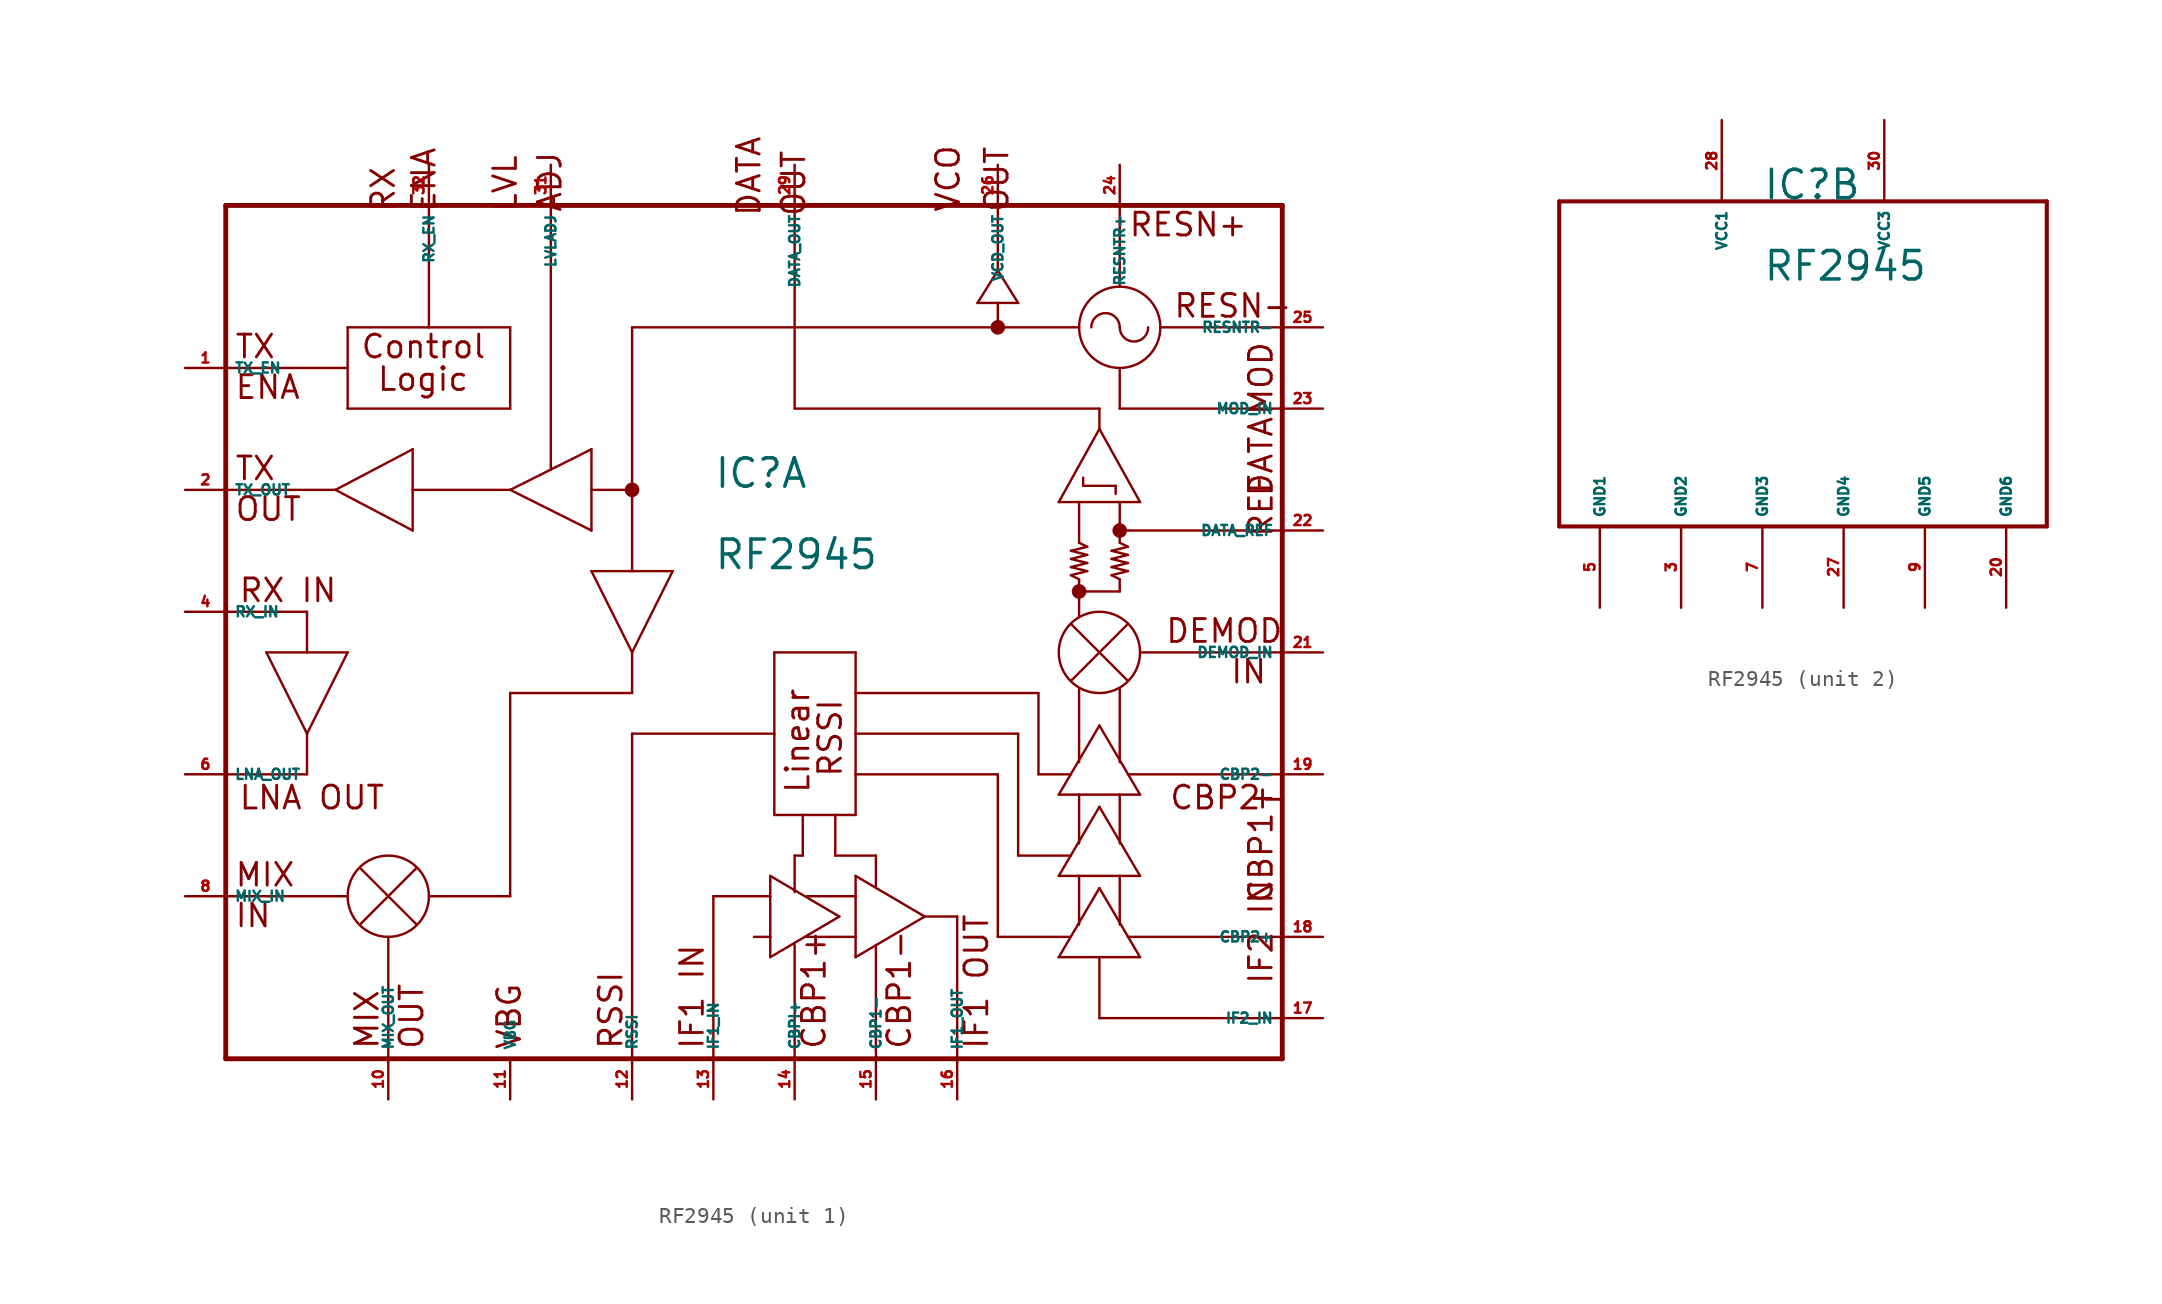
<source format=kicad_sym>
(kicad_symbol_lib
  (version 20220914)
  (generator Eagle2Kicad)
  (symbol "RF2945"
    (property "Reference" "IC"
      (at -2.54 10.16 0)
      (effects (font (size 1.778 1.778) (thickness 0.22)) (justify left bottom)))
    (property "Value" "RF2945"
      (at -2.54 5.08 0)
      (effects (font (size 1.778 1.778) (thickness 0.22)) (justify left bottom)))
    (symbol "RF2945_1_0"
      (polyline (pts (xy -21.336 12.7) (xy -26.162 10.16)) (stroke (width 0.152) (type default)) (fill (type none)))
      (polyline (pts (xy -26.162 10.16) (xy -21.336 7.62)) (stroke (width 0.152) (type default)) (fill (type none)))
      (polyline (pts (xy -21.336 7.62) (xy -21.336 10.16)) (stroke (width 0.152) (type default)) (fill (type none)))
      (polyline (pts (xy -21.336 10.16) (xy -21.336 12.7)) (stroke (width 0.152) (type default)) (fill (type none)))
      (polyline (pts (xy -33.02 10.16) (xy -26.162 10.16)) (stroke (width 0.152) (type default)) (fill (type none)))
      (polyline (pts (xy -21.336 10.16) (xy -15.24 10.16)) (stroke (width 0.152) (type default)) (fill (type none)))
      (polyline (pts (xy -33.02 2.54) (xy -27.94 2.54)) (stroke (width 0.152) (type default)) (fill (type none)))
      (polyline (pts (xy -27.94 2.54) (xy -27.94 0)) (stroke (width 0.152) (type default)) (fill (type none)))
      (polyline (pts (xy -27.94 0) (xy -30.48 0)) (stroke (width 0.152) (type default)) (fill (type none)))
      (polyline (pts (xy -30.48 0) (xy -27.94 -5.08)) (stroke (width 0.152) (type default)) (fill (type none)))
      (polyline (pts (xy -27.94 -5.08) (xy -25.4 0)) (stroke (width 0.152) (type default)) (fill (type none)))
      (polyline (pts (xy -25.4 0) (xy -27.94 0)) (stroke (width 0.152) (type default)) (fill (type none)))
      (polyline (pts (xy -27.94 -5.08) (xy -27.94 -7.62)) (stroke (width 0.152) (type default)) (fill (type none)))
      (polyline (pts (xy -27.94 -7.62) (xy -33.02 -7.62)) (stroke (width 0.152) (type default)) (fill (type none)))
      (polyline (pts (xy -33.02 -15.24) (xy -25.4 -15.24)) (stroke (width 0.152) (type default)) (fill (type none)))
      (polyline (pts (xy -22.86 -17.78) (xy -22.86 -25.4)) (stroke (width 0.152) (type default)) (fill (type none)))
      (polyline (pts (xy -10.16 12.7) (xy -12.7 11.43)) (stroke (width 0.152) (type default)) (fill (type none)))
      (polyline (pts (xy -12.7 11.43) (xy -15.24 10.16)) (stroke (width 0.152) (type default)) (fill (type none)))
      (polyline (pts (xy -15.24 10.16) (xy -10.16 7.62)) (stroke (width 0.152) (type default)) (fill (type none)))
      (polyline (pts (xy -10.16 7.62) (xy -10.16 10.16)) (stroke (width 0.152) (type default)) (fill (type none)))
      (polyline (pts (xy -10.16 10.16) (xy -10.16 12.7)) (stroke (width 0.152) (type default)) (fill (type none)))
      (polyline (pts (xy -10.16 5.08) (xy -7.62 0)) (stroke (width 0.152) (type default)) (fill (type none)))
      (polyline (pts (xy -7.62 0) (xy -5.08 5.08)) (stroke (width 0.152) (type default)) (fill (type none)))
      (polyline (pts (xy -5.08 5.08) (xy -7.62 5.08)) (stroke (width 0.152) (type default)) (fill (type none)))
      (polyline (pts (xy -7.62 5.08) (xy -10.16 5.08)) (stroke (width 0.152) (type default)) (fill (type none)))
      (polyline (pts (xy -20.32 -15.24) (xy -15.24 -15.24)) (stroke (width 0.152) (type default)) (fill (type none)))
      (polyline (pts (xy -15.24 -15.24) (xy -15.24 -2.54)) (stroke (width 0.152) (type default)) (fill (type none)))
      (polyline (pts (xy -15.24 -2.54) (xy -7.62 -2.54)) (stroke (width 0.152) (type default)) (fill (type none)))
      (polyline (pts (xy -7.62 -2.54) (xy -7.62 0)) (stroke (width 0.152) (type default)) (fill (type none)))
      (polyline (pts (xy -7.62 5.08) (xy -7.62 10.16)) (stroke (width 0.152) (type default)) (fill (type none)))
      (polyline (pts (xy -7.62 10.16) (xy -10.16 10.16)) (stroke (width 0.152) (type default)) (fill (type none)))
      (polyline (pts (xy -20.32 27.94) (xy -20.32 20.32)) (stroke (width 0.152) (type default)) (fill (type none)))
      (polyline (pts (xy -25.4 20.32) (xy -25.4 17.78)) (stroke (width 0.152) (type default)) (fill (type none)))
      (polyline (pts (xy -25.4 17.78) (xy -25.4 15.24)) (stroke (width 0.152) (type default)) (fill (type none)))
      (polyline (pts (xy -25.4 15.24) (xy -15.24 15.24)) (stroke (width 0.152) (type default)) (fill (type none)))
      (polyline (pts (xy -15.24 15.24) (xy -15.24 20.32)) (stroke (width 0.152) (type default)) (fill (type none)))
      (polyline (pts (xy -15.24 20.32) (xy -20.32 20.32)) (stroke (width 0.152) (type default)) (fill (type none)))
      (polyline (pts (xy -20.32 20.32) (xy -25.4 20.32)) (stroke (width 0.152) (type default)) (fill (type none)))
      (polyline (pts (xy -33.02 17.78) (xy -25.4 17.78)) (stroke (width 0.152) (type default)) (fill (type none)))
      (polyline (pts (xy -12.7 27.94) (xy -12.7 11.43)) (stroke (width 0.152) (type default)) (fill (type none)))
      (polyline (pts (xy -7.62 10.16) (xy -7.62 20.32)) (stroke (width 0.152) (type default)) (fill (type none)))
      (polyline (pts (xy -7.62 20.32) (xy 14.986 20.32)) (stroke (width 0.152) (type default)) (fill (type none)))
      (polyline (pts (xy 14.986 20.32) (xy 15.24 20.32)) (stroke (width 0.152) (type default)) (fill (type none)))
      (polyline (pts (xy 15.24 20.32) (xy 15.24 21.844)) (stroke (width 0.152) (type default)) (fill (type none)))
      (polyline (pts (xy 15.24 21.844) (xy 13.97 21.844)) (stroke (width 0.152) (type default)) (fill (type none)))
      (polyline (pts (xy 13.97 21.844) (xy 15.24 23.876)) (stroke (width 0.152) (type default)) (fill (type none)))
      (polyline (pts (xy 15.24 23.876) (xy 16.51 21.844)) (stroke (width 0.152) (type default)) (fill (type none)))
      (polyline (pts (xy 16.51 21.844) (xy 15.24 21.844)) (stroke (width 0.152) (type default)) (fill (type none)))
      (polyline (pts (xy 15.24 23.876) (xy 15.24 27.94)) (stroke (width 0.152) (type default)) (fill (type none)))
      (polyline (pts (xy -2.54 -25.4) (xy -2.54 -15.24)) (stroke (width 0.152) (type default)) (fill (type none)))
      (polyline (pts (xy -2.54 -15.24) (xy 1.016 -15.24)) (stroke (width 0.152) (type default)) (fill (type none)))
      (polyline (pts (xy 1.016 -13.97) (xy 1.016 -17.78)) (stroke (width 0.152) (type default)) (fill (type none)))
      (polyline (pts (xy 1.016 -17.78) (xy 1.016 -19.05)) (stroke (width 0.152) (type default)) (fill (type none)))
      (polyline (pts (xy 3.302 -17.78) (xy 6.35 -17.78)) (stroke (width 0.152) (type default)) (fill (type none)))
      (polyline (pts (xy 3.302 -15.24) (xy 6.35 -15.24)) (stroke (width 0.152) (type default)) (fill (type none)))
      (polyline (pts (xy 1.016 -13.97) (xy 5.334 -16.51)) (stroke (width 0.152) (type default)) (fill (type none)))
      (polyline (pts (xy 5.334 -16.51) (xy 1.016 -19.05)) (stroke (width 0.152) (type default)) (fill (type none)))
      (polyline (pts (xy 6.35 -13.97) (xy 6.35 -15.24)) (stroke (width 0.152) (type default)) (fill (type none)))
      (polyline (pts (xy 6.35 -15.24) (xy 6.35 -17.78)) (stroke (width 0.152) (type default)) (fill (type none)))
      (polyline (pts (xy 6.35 -17.78) (xy 6.35 -19.05)) (stroke (width 0.152) (type default)) (fill (type none)))
      (polyline (pts (xy 6.35 -13.97) (xy 10.668 -16.51)) (stroke (width 0.152) (type default)) (fill (type none)))
      (polyline (pts (xy 10.668 -16.51) (xy 6.35 -19.05)) (stroke (width 0.152) (type default)) (fill (type none)))
      (polyline (pts (xy 2.54 -25.4) (xy 2.54 -18.288)) (stroke (width 0.152) (type default)) (fill (type none)))
      (polyline (pts (xy 7.62 -25.4) (xy 7.62 -18.288)) (stroke (width 0.152) (type default)) (fill (type none)))
      (polyline (pts (xy 10.668 -16.51) (xy 12.7 -16.51)) (stroke (width 0.152) (type default)) (fill (type none)))
      (polyline (pts (xy 12.7 -16.51) (xy 12.7 -25.4)) (stroke (width 0.152) (type default)) (fill (type none)))
      (polyline (pts (xy 2.54 -14.986) (xy 2.54 -12.7)) (stroke (width 0.152) (type default)) (fill (type none)))
      (polyline (pts (xy 1.016 -17.78) (xy 0 -17.78)) (stroke (width 0.152) (type default)) (fill (type none)))
      (polyline (pts (xy -24.638 -13.462) (xy -21.082 -17.018)) (stroke (width 0.152) (type default)) (fill (type none)))
      (polyline (pts (xy -21.082 -13.462) (xy -24.638 -17.018)) (stroke (width 0.152) (type default)) (fill (type none)))
      (polyline (pts (xy 19.05 -19.05) (xy 21.59 -19.05)) (stroke (width 0.152) (type default)) (fill (type none)))
      (polyline (pts (xy 21.59 -19.05) (xy 24.13 -19.05)) (stroke (width 0.152) (type default)) (fill (type none)))
      (polyline (pts (xy 19.05 -19.05) (xy 21.59 -14.732)) (stroke (width 0.152) (type default)) (fill (type none)))
      (polyline (pts (xy 21.59 -14.732) (xy 24.13 -19.05)) (stroke (width 0.152) (type default)) (fill (type none)))
      (polyline (pts (xy 33.02 -17.78) (xy 23.368 -17.78)) (stroke (width 0.152) (type default)) (fill (type none)))
      (polyline (pts (xy 20.32 3.81) (xy 22.86 3.81)) (stroke (width 0.152) (type default)) (fill (type none)))
      (polyline (pts (xy 22.86 7.62) (xy 22.86 9.398)) (stroke (width 0.152) (type default)) (fill (type none)))
      (polyline (pts (xy 20.32 2.286) (xy 20.32 3.81)) (stroke (width 0.152) (type default)) (fill (type none)))
      (polyline (pts (xy 20.32 3.81) (xy 20.32 4.572)) (stroke (width 0.152) (type default)) (fill (type none)))
      (polyline (pts (xy 20.32 4.572) (xy 19.812 4.826)) (stroke (width 0.152) (type default)) (fill (type none)))
      (polyline (pts (xy 20.32 6.858) (xy 20.32 9.398)) (stroke (width 0.152) (type default)) (fill (type none)))
      (polyline (pts (xy 19.05 9.398) (xy 20.32 9.398)) (stroke (width 0.152) (type default)) (fill (type none)))
      (polyline (pts (xy 20.32 9.398) (xy 22.86 9.398)) (stroke (width 0.152) (type default)) (fill (type none)))
      (polyline (pts (xy 22.86 9.398) (xy 24.13 9.398)) (stroke (width 0.152) (type default)) (fill (type none)))
      (polyline (pts (xy 19.05 9.398) (xy 21.59 13.97)) (stroke (width 0.152) (type default)) (fill (type none)))
      (polyline (pts (xy 21.59 13.97) (xy 24.13 9.398)) (stroke (width 0.152) (type default)) (fill (type none)))
      (polyline (pts (xy 21.59 13.97) (xy 21.59 15.24)) (stroke (width 0.152) (type default)) (fill (type none)))
      (polyline (pts (xy 22.86 -17.018) (xy 22.86 -13.97)) (stroke (width 0.152) (type default)) (fill (type none)))
      (polyline (pts (xy 20.32 -17.018) (xy 20.32 -13.97)) (stroke (width 0.152) (type default)) (fill (type none)))
      (polyline (pts (xy 19.05 -13.97) (xy 20.32 -13.97)) (stroke (width 0.152) (type default)) (fill (type none)))
      (polyline (pts (xy 20.32 -13.97) (xy 22.86 -13.97)) (stroke (width 0.152) (type default)) (fill (type none)))
      (polyline (pts (xy 22.86 -13.97) (xy 24.13 -13.97)) (stroke (width 0.152) (type default)) (fill (type none)))
      (polyline (pts (xy 19.05 -13.97) (xy 21.59 -9.652)) (stroke (width 0.152) (type default)) (fill (type none)))
      (polyline (pts (xy 21.59 -9.652) (xy 24.13 -13.97)) (stroke (width 0.152) (type default)) (fill (type none)))
      (polyline (pts (xy 22.86 -11.938) (xy 22.86 -8.89)) (stroke (width 0.152) (type default)) (fill (type none)))
      (polyline (pts (xy 20.32 -11.938) (xy 20.32 -8.89)) (stroke (width 0.152) (type default)) (fill (type none)))
      (polyline (pts (xy 19.05 -8.89) (xy 20.32 -8.89)) (stroke (width 0.152) (type default)) (fill (type none)))
      (polyline (pts (xy 20.32 -8.89) (xy 22.86 -8.89)) (stroke (width 0.152) (type default)) (fill (type none)))
      (polyline (pts (xy 22.86 -8.89) (xy 24.13 -8.89)) (stroke (width 0.152) (type default)) (fill (type none)))
      (polyline (pts (xy 19.05 -8.89) (xy 21.59 -4.572)) (stroke (width 0.152) (type default)) (fill (type none)))
      (polyline (pts (xy 21.59 -4.572) (xy 24.13 -8.89)) (stroke (width 0.152) (type default)) (fill (type none)))
      (polyline (pts (xy 33.02 -7.62) (xy 23.368 -7.62)) (stroke (width 0.152) (type default)) (fill (type none)))
      (polyline (pts (xy 22.86 -6.858) (xy 22.86 -2.286)) (stroke (width 0.152) (type default)) (fill (type none)))
      (polyline (pts (xy 20.32 -6.858) (xy 20.32 -2.286)) (stroke (width 0.152) (type default)) (fill (type none)))
      (polyline (pts (xy 33.02 0) (xy 24.13 0)) (stroke (width 0.152) (type default)) (fill (type none)))
      (polyline (pts (xy 19.812 1.778) (xy 23.368 -1.778)) (stroke (width 0.152) (type default)) (fill (type none)))
      (polyline (pts (xy 23.368 1.778) (xy 19.812 -1.778)) (stroke (width 0.152) (type default)) (fill (type none)))
      (polyline (pts (xy 20.32 20.32) (xy 14.986 20.32)) (stroke (width 0.152) (type default)) (fill (type none)))
      (polyline (pts (xy 1.27 0) (xy 1.27 -5.08)) (stroke (width 0.152) (type default)) (fill (type none)))
      (polyline (pts (xy 1.27 -5.08) (xy 1.27 -10.16)) (stroke (width 0.152) (type default)) (fill (type none)))
      (polyline (pts (xy 1.27 -10.16) (xy 3.048 -10.16)) (stroke (width 0.152) (type default)) (fill (type none)))
      (polyline (pts (xy 3.048 -10.16) (xy 5.08 -10.16)) (stroke (width 0.152) (type default)) (fill (type none)))
      (polyline (pts (xy 5.08 -10.16) (xy 6.35 -10.16)) (stroke (width 0.152) (type default)) (fill (type none)))
      (polyline (pts (xy 6.35 -10.16) (xy 6.35 -7.62)) (stroke (width 0.152) (type default)) (fill (type none)))
      (polyline (pts (xy 6.35 -7.62) (xy 6.35 -5.08)) (stroke (width 0.152) (type default)) (fill (type none)))
      (polyline (pts (xy 6.35 -5.08) (xy 6.35 -2.54)) (stroke (width 0.152) (type default)) (fill (type none)))
      (polyline (pts (xy 6.35 -2.54) (xy 6.35 0)) (stroke (width 0.152) (type default)) (fill (type none)))
      (polyline (pts (xy 6.35 0) (xy 1.27 0)) (stroke (width 0.152) (type default)) (fill (type none)))
      (polyline (pts (xy 6.35 -2.54) (xy 17.78 -2.54)) (stroke (width 0.152) (type default)) (fill (type none)))
      (polyline (pts (xy 17.78 -2.54) (xy 17.78 -7.62)) (stroke (width 0.152) (type default)) (fill (type none)))
      (polyline (pts (xy 17.78 -7.62) (xy 19.812 -7.62)) (stroke (width 0.152) (type default)) (fill (type none)))
      (polyline (pts (xy 6.35 -5.08) (xy 16.51 -5.08)) (stroke (width 0.152) (type default)) (fill (type none)))
      (polyline (pts (xy 16.51 -5.08) (xy 16.51 -12.7)) (stroke (width 0.152) (type default)) (fill (type none)))
      (polyline (pts (xy 16.51 -12.7) (xy 19.812 -12.7)) (stroke (width 0.152) (type default)) (fill (type none)))
      (polyline (pts (xy 19.812 -17.78) (xy 15.24 -17.78)) (stroke (width 0.152) (type default)) (fill (type none)))
      (polyline (pts (xy 15.24 -17.78) (xy 15.24 -7.62)) (stroke (width 0.152) (type default)) (fill (type none)))
      (polyline (pts (xy 15.24 -7.62) (xy 6.35 -7.62)) (stroke (width 0.152) (type default)) (fill (type none)))
      (polyline (pts (xy 33.02 -22.86) (xy 21.59 -22.86)) (stroke (width 0.152) (type default)) (fill (type none)))
      (polyline (pts (xy 21.59 -22.86) (xy 21.59 -19.05)) (stroke (width 0.152) (type default)) (fill (type none)))
      (polyline (pts (xy 5.08 -10.16) (xy 5.08 -12.7)) (stroke (width 0.152) (type default)) (fill (type none)))
      (polyline (pts (xy 5.08 -12.7) (xy 7.62 -12.7)) (stroke (width 0.152) (type default)) (fill (type none)))
      (polyline (pts (xy 7.62 -12.7) (xy 7.62 -14.732)) (stroke (width 0.152) (type default)) (fill (type none)))
      (polyline (pts (xy 2.54 -12.7) (xy 3.048 -12.7)) (stroke (width 0.152) (type default)) (fill (type none)))
      (polyline (pts (xy 3.048 -12.7) (xy 3.048 -10.16)) (stroke (width 0.152) (type default)) (fill (type none)))
      (polyline (pts (xy 21.59 15.24) (xy 2.54 15.24)) (stroke (width 0.152) (type default)) (fill (type none)))
      (polyline (pts (xy -7.62 -25.4) (xy -7.62 -5.08)) (stroke (width 0.152) (type default)) (fill (type none)))
      (polyline (pts (xy -7.62 -5.08) (xy 1.27 -5.08)) (stroke (width 0.152) (type default)) (fill (type none)))
      (polyline (pts (xy 2.54 15.24) (xy 2.54 27.94)) (stroke (width 0.152) (type default)) (fill (type none)))
      (polyline (pts (xy 22.86 15.24) (xy 22.86 17.78)) (stroke (width 0.152) (type default)) (fill (type none)))
      (arc (start 22.86 20.32) (mid 21.971 21.209) (end 21.082 20.32) (stroke (width 0.1524) (type default)) (fill (type none)))
      (arc (start 22.86 20.32) (mid 23.749 19.431) (end 24.638 20.32) (stroke (width 0.1524) (type default)) (fill (type none)))
      (polyline (pts (xy 20.574 10.922) (xy 20.574 10.414)) (stroke (width 0.152) (type default)) (fill (type none)))
      (polyline (pts (xy 20.574 10.414) (xy 22.606 10.414)) (stroke (width 0.152) (type default)) (fill (type none)))
      (polyline (pts (xy 22.606 10.414) (xy 22.606 9.906)) (stroke (width 0.152) (type default)) (fill (type none)))
      (polyline (pts (xy -33.02 27.94) (xy -33.02 -25.4)) (stroke (width 0.305) (type default)) (fill (type none)))
      (polyline (pts (xy -33.02 -25.4) (xy -7.62 -25.4)) (stroke (width 0.305) (type default)) (fill (type none)))
      (polyline (pts (xy -7.62 -25.4) (xy 33.02 -25.4)) (stroke (width 0.305) (type default)) (fill (type none)))
      (polyline (pts (xy 33.02 -25.4) (xy 33.02 -22.86)) (stroke (width 0.305) (type default)) (fill (type none)))
      (polyline (pts (xy 33.02 -22.86) (xy 33.02 -17.78)) (stroke (width 0.305) (type default)) (fill (type none)))
      (polyline (pts (xy 33.02 -17.78) (xy 33.02 -7.62)) (stroke (width 0.305) (type default)) (fill (type none)))
      (polyline (pts (xy 33.02 -7.62) (xy 33.02 7.62)) (stroke (width 0.305) (type default)) (fill (type none)))
      (polyline (pts (xy 33.02 7.62) (xy 33.02 15.24)) (stroke (width 0.305) (type default)) (fill (type none)))
      (polyline (pts (xy 33.02 15.24) (xy 33.02 20.32)) (stroke (width 0.305) (type default)) (fill (type none)))
      (polyline (pts (xy 33.02 20.32) (xy 33.02 27.94)) (stroke (width 0.305) (type default)) (fill (type none)))
      (polyline (pts (xy 33.02 27.94) (xy 22.86 27.94)) (stroke (width 0.305) (type default)) (fill (type none)))
      (polyline (pts (xy 22.86 27.94) (xy -33.02 27.94)) (stroke (width 0.305) (type default)) (fill (type none)))
      (polyline (pts (xy 25.4 20.32) (xy 33.02 20.32)) (stroke (width 0.152) (type default)) (fill (type none)))
      (polyline (pts (xy 22.86 22.86) (xy 22.86 27.94)) (stroke (width 0.152) (type default)) (fill (type none)))
      (polyline (pts (xy 22.86 15.24) (xy 33.02 15.24)) (stroke (width 0.152) (type default)) (fill (type none)))
      (polyline (pts (xy 33.02 7.62) (xy 22.86 7.62)) (stroke (width 0.152) (type default)) (fill (type none)))
      (polyline (pts (xy 19.812 4.826) (xy 20.828 5.08)) (stroke (width 0.152) (type default)) (fill (type none)))
      (polyline (pts (xy 20.828 5.08) (xy 19.812 5.334)) (stroke (width 0.152) (type default)) (fill (type none)))
      (polyline (pts (xy 19.812 5.334) (xy 20.828 5.588)) (stroke (width 0.152) (type default)) (fill (type none)))
      (polyline (pts (xy 19.812 5.842) (xy 20.828 5.588)) (stroke (width 0.152) (type default)) (fill (type none)))
      (polyline (pts (xy 19.812 5.842) (xy 20.828 6.096)) (stroke (width 0.152) (type default)) (fill (type none)))
      (polyline (pts (xy 20.828 6.096) (xy 19.812 6.35)) (stroke (width 0.152) (type default)) (fill (type none)))
      (polyline (pts (xy 19.812 6.35) (xy 20.828 6.604)) (stroke (width 0.152) (type default)) (fill (type none)))
      (polyline (pts (xy 20.828 6.604) (xy 20.32 6.858)) (stroke (width 0.152) (type default)) (fill (type none)))
      (polyline (pts (xy 22.86 3.81) (xy 22.86 4.572)) (stroke (width 0.152) (type default)) (fill (type none)))
      (polyline (pts (xy 22.86 4.572) (xy 22.352 4.826)) (stroke (width 0.152) (type default)) (fill (type none)))
      (polyline (pts (xy 22.352 4.826) (xy 23.368 5.08)) (stroke (width 0.152) (type default)) (fill (type none)))
      (polyline (pts (xy 23.368 5.08) (xy 22.352 5.334)) (stroke (width 0.152) (type default)) (fill (type none)))
      (polyline (pts (xy 22.352 5.334) (xy 23.368 5.588)) (stroke (width 0.152) (type default)) (fill (type none)))
      (polyline (pts (xy 22.352 5.842) (xy 23.368 5.588)) (stroke (width 0.152) (type default)) (fill (type none)))
      (polyline (pts (xy 22.352 5.842) (xy 23.368 6.096)) (stroke (width 0.152) (type default)) (fill (type none)))
      (polyline (pts (xy 23.368 6.096) (xy 22.352 6.35)) (stroke (width 0.152) (type default)) (fill (type none)))
      (polyline (pts (xy 22.352 6.35) (xy 23.368 6.604)) (stroke (width 0.152) (type default)) (fill (type none)))
      (polyline (pts (xy 23.368 6.604) (xy 22.86 6.858)) (stroke (width 0.152) (type default)) (fill (type none)))
      (polyline (pts (xy 22.86 7.62) (xy 22.86 6.858)) (stroke (width 0.152) (type default)) (fill (type none)))
      (text "RX IN" (at -32.258 3.048 0) (effects (font (size 1.422 1.422) (thickness 0.18)) (justify left bottom)))
      (text "LNA OUT" (at -32.258 -9.906 0) (effects (font (size 1.422 1.422) (thickness 0.18)) (justify left bottom)))
      (text "IN" (at -32.512 -17.272 0) (effects (font (size 1.422 1.422) (thickness 0.18)) (justify left bottom)))
      (text "MIX" (at -32.512 -14.732 0) (effects (font (size 1.422 1.422) (thickness 0.18)) (justify left bottom)))
      (text "MIX" (at -23.368 -24.892 900) (effects (font (size 1.422 1.422) (thickness 0.18)) (justify left bottom)))
      (text "OUT" (at -20.574 -24.892 900) (effects (font (size 1.422 1.422) (thickness 0.18)) (justify left bottom)))
      (text "VBG" (at -14.478 -24.892 900) (effects (font (size 1.422 1.422) (thickness 0.18)) (justify left bottom)))
      (text "IF1 IN" (at -3.048 -24.892 900) (effects (font (size 1.422 1.422) (thickness 0.18)) (justify left bottom)))
      (text "RSSI" (at -8.128 -24.892 900) (effects (font (size 1.422 1.422) (thickness 0.18)) (justify left bottom)))
      (text "IF1 OUT" (at 14.732 -24.892 900) (effects (font (size 1.422 1.422) (thickness 0.18)) (justify left bottom)))
      (text "IF2 IN" (at 32.512 -20.828 1800) (effects (font (size 1.422 1.422) (thickness 0.18)) (justify left bottom)))
      (text "CBP1+" (at 32.512 -15.748 1800) (effects (font (size 1.422 1.422) (thickness 0.18)) (justify left bottom)))
      (text "CBP2-" (at 25.908 -9.906 0) (effects (font (size 1.422 1.422) (thickness 0.18)) (justify left bottom)))
      (text "CBP1+" (at 4.572 -24.892 900) (effects (font (size 1.422 1.422) (thickness 0.18)) (justify left bottom)))
      (text "CBP1-" (at 9.906 -24.892 900) (effects (font (size 1.422 1.422) (thickness 0.18)) (justify left bottom)))
      (text "OUT" (at 3.302 27.178 2700) (effects (font (size 1.422 1.422) (thickness 0.18)) (justify left bottom)))
      (text "DATA" (at 0.508 27.178 2700) (effects (font (size 1.422 1.422) (thickness 0.18)) (justify left bottom)))
      (text "VCO" (at 12.954 27.432 2700) (effects (font (size 1.422 1.422) (thickness 0.18)) (justify left bottom)))
      (text "OUT" (at 16.002 27.432 2700) (effects (font (size 1.422 1.422) (thickness 0.18)) (justify left bottom)))
      (text "LVL" (at -14.732 27.432 2700) (effects (font (size 1.422 1.422) (thickness 0.18)) (justify left bottom)))
      (text "ADJ" (at -11.938 27.432 2700) (effects (font (size 1.422 1.422) (thickness 0.18)) (justify left bottom)))
      (text "RX" (at -22.352 27.432 2700) (effects (font (size 1.422 1.422) (thickness 0.18)) (justify left bottom)))
      (text "RESN-" (at 26.162 20.828 0) (effects (font (size 1.422 1.422) (thickness 0.18)) (justify left bottom)))
      (text "RESN+" (at 23.368 25.908 0) (effects (font (size 1.422 1.422) (thickness 0.18)) (justify left bottom)))
      (text "MOD" (at 32.512 14.732 1800) (effects (font (size 1.422 1.422) (thickness 0.18)) (justify left bottom)))
      (text "ENA" (at -19.812 27.432 2700) (effects (font (size 1.422 1.422) (thickness 0.18)) (justify left bottom)))
      (text "Logic" (at -23.622 16.256 0) (effects (font (size 1.422 1.422) (thickness 0.18)) (justify left bottom)))
      (text "Control" (at -24.638 18.288 0) (effects (font (size 1.422 1.422) (thickness 0.18)) (justify left bottom)))
      (text "Linear" (at 3.556 -8.89 900) (effects (font (size 1.422 1.422) (thickness 0.18)) (justify left bottom)))
      (text "RSSI" (at 5.588 -7.874 900) (effects (font (size 1.422 1.422) (thickness 0.18)) (justify left bottom)))
      (text "TX" (at -32.512 18.288 0) (effects (font (size 1.422 1.422) (thickness 0.18)) (justify left bottom)))
      (text "ENA" (at -32.512 15.748 0) (effects (font (size 1.422 1.422) (thickness 0.18)) (justify left bottom)))
      (text "TX" (at -32.512 10.668 0) (effects (font (size 1.422 1.422) (thickness 0.18)) (justify left bottom)))
      (text "OUT" (at -32.512 8.128 0) (effects (font (size 1.422 1.422) (thickness 0.18)) (justify left bottom)))
      (text "DEMOD" (at 25.654 0.508 0) (effects (font (size 1.422 1.422) (thickness 0.18)) (justify left bottom)))
      (text "IN" (at 29.718 -2.032 0) (effects (font (size 1.422 1.422) (thickness 0.18)) (justify left bottom)))
      (text "DATA" (at 32.512 9.652 1800) (effects (font (size 1.422 1.422) (thickness 0.18)) (justify left bottom)))
      (text "REF" (at 32.512 7.112 1800) (effects (font (size 1.422 1.422) (thickness 0.18)) (justify left bottom)))
      (circle (center -22.86 -15.24) (radius 2.54) (stroke (width 0.152) (type default)) (fill (type none)))
      (circle (center 21.59 0) (radius 2.54) (stroke (width 0.152) (type default)) (fill (type none)))
      (circle (center 22.86 20.32) (radius 2.54) (stroke (width 0.152) (type default)) (fill (type none)))
      (circle (center -7.62 10.16) (radius 0.254) (stroke (width 0.406) (type default)) (fill (type none)))
      (circle (center 15.24 20.32) (radius 0.254) (stroke (width 0.406) (type default)) (fill (type none)))
      (circle (center 20.32 3.81) (radius 0.254) (stroke (width 0.406) (type default)) (fill (type none)))
      (circle (center 22.86 7.62) (radius 0.254) (stroke (width 0.406) (type default)) (fill (type none)))
      (pin input line (at -35.56 17.78 0) (length 2.54) (name "TX_EN" (effects (font (size 0.635 0.635) (thickness 0.08)) (justify left bottom))) (number "1" (effects (font (size 0.635 0.635) (thickness 0.08)) (justify left bottom))))
      (pin passive line (at -35.56 10.16 0) (length 2.54) (name "TX_OUT" (effects (font (size 0.635 0.635) (thickness 0.08)) (justify left bottom))) (number "2" (effects (font (size 0.635 0.635) (thickness 0.08)) (justify left bottom))))
      (pin passive line (at -35.56 2.54 0) (length 2.54) (name "RX_IN" (effects (font (size 0.635 0.635) (thickness 0.08)) (justify left bottom))) (number "4" (effects (font (size 0.635 0.635) (thickness 0.08)) (justify left bottom))))
      (pin open_collector line (at -35.56 -7.62 0) (length 2.54) (name "LNA_OUT" (effects (font (size 0.635 0.635) (thickness 0.08)) (justify left bottom))) (number "6" (effects (font (size 0.635 0.635) (thickness 0.08)) (justify left bottom))))
      (pin input line (at -35.56 -15.24 0) (length 2.54) (name "MIX_IN" (effects (font (size 0.635 0.635) (thickness 0.08)) (justify left bottom))) (number "8" (effects (font (size 0.635 0.635) (thickness 0.08)) (justify left bottom))))
      (pin output line (at -22.86 -27.94 90) (length 2.54) (name "MIX_OUT" (effects (font (size 0.635 0.635) (thickness 0.08)) (justify left bottom))) (number "10" (effects (font (size 0.635 0.635) (thickness 0.08)) (justify left bottom))))
      (pin passive line (at -15.24 -27.94 90) (length 2.54) (name "VBG" (effects (font (size 0.635 0.635) (thickness 0.08)) (justify left bottom))) (number "11" (effects (font (size 0.635 0.635) (thickness 0.08)) (justify left bottom))))
      (pin output line (at -7.62 -27.94 90) (length 2.54) (name "RSSI" (effects (font (size 0.635 0.635) (thickness 0.08)) (justify left bottom))) (number "12" (effects (font (size 0.635 0.635) (thickness 0.08)) (justify left bottom))))
      (pin passive line (at -2.54 -27.94 90) (length 2.54) (name "IF1_IN" (effects (font (size 0.635 0.635) (thickness 0.08)) (justify left bottom))) (number "13" (effects (font (size 0.635 0.635) (thickness 0.08)) (justify left bottom))))
      (pin passive line (at 2.54 -27.94 90) (length 2.54) (name "CBPI+" (effects (font (size 0.635 0.635) (thickness 0.08)) (justify left bottom))) (number "14" (effects (font (size 0.635 0.635) (thickness 0.08)) (justify left bottom))))
      (pin passive line (at 7.62 -27.94 90) (length 2.54) (name "CBP1-" (effects (font (size 0.635 0.635) (thickness 0.08)) (justify left bottom))) (number "15" (effects (font (size 0.635 0.635) (thickness 0.08)) (justify left bottom))))
      (pin passive line (at 12.7 -27.94 90) (length 2.54) (name "IF1_OUT" (effects (font (size 0.635 0.635) (thickness 0.08)) (justify left bottom))) (number "16" (effects (font (size 0.635 0.635) (thickness 0.08)) (justify left bottom))))
      (pin passive line (at 35.56 -22.86 180) (length 2.54) (name "IF2_IN" (effects (font (size 0.635 0.635) (thickness 0.08)) (justify left bottom))) (number "17" (effects (font (size 0.635 0.635) (thickness 0.08)) (justify left bottom))))
      (pin passive line (at 35.56 -17.78 180) (length 2.54) (name "CBP2+" (effects (font (size 0.635 0.635) (thickness 0.08)) (justify left bottom))) (number "18" (effects (font (size 0.635 0.635) (thickness 0.08)) (justify left bottom))))
      (pin passive line (at 35.56 -7.62 180) (length 2.54) (name "CBP2-" (effects (font (size 0.635 0.635) (thickness 0.08)) (justify left bottom))) (number "19" (effects (font (size 0.635 0.635) (thickness 0.08)) (justify left bottom))))
      (pin passive line (at 35.56 7.62 180) (length 2.54) (name "DATA_REF" (effects (font (size 0.635 0.635) (thickness 0.08)) (justify left bottom))) (number "22" (effects (font (size 0.635 0.635) (thickness 0.08)) (justify left bottom))))
      (pin passive line (at 35.56 0 180) (length 2.54) (name "DEMOD_IN" (effects (font (size 0.635 0.635) (thickness 0.08)) (justify left bottom))) (number "21" (effects (font (size 0.635 0.635) (thickness 0.08)) (justify left bottom))))
      (pin passive line (at 35.56 15.24 180) (length 2.54) (name "MOD_IN" (effects (font (size 0.635 0.635) (thickness 0.08)) (justify left bottom))) (number "23" (effects (font (size 0.635 0.635) (thickness 0.08)) (justify left bottom))))
      (pin passive line (at 35.56 20.32 180) (length 2.54) (name "RESNTR-" (effects (font (size 0.635 0.635) (thickness 0.08)) (justify left bottom))) (number "25" (effects (font (size 0.635 0.635) (thickness 0.08)) (justify left bottom))))
      (pin passive line (at 22.86 30.48 270) (length 2.54) (name "RESNTR+" (effects (font (size 0.635 0.635) (thickness 0.08)) (justify left bottom))) (number "24" (effects (font (size 0.635 0.635) (thickness 0.08)) (justify left bottom))))
      (pin passive line (at 15.24 30.48 270) (length 2.54) (name "VCD_OUT" (effects (font (size 0.635 0.635) (thickness 0.08)) (justify left bottom))) (number "26" (effects (font (size 0.635 0.635) (thickness 0.08)) (justify left bottom))))
      (pin output line (at 2.54 30.48 270) (length 2.54) (name "DATA_OUT" (effects (font (size 0.635 0.635) (thickness 0.08)) (justify left bottom))) (number "29" (effects (font (size 0.635 0.635) (thickness 0.08)) (justify left bottom))))
      (pin passive line (at -12.7 30.48 270) (length 2.54) (name "LVLADJ" (effects (font (size 0.635 0.635) (thickness 0.08)) (justify left bottom))) (number "31" (effects (font (size 0.635 0.635) (thickness 0.08)) (justify left bottom))))
      (pin input line (at -20.32 30.48 270) (length 2.54) (name "RX_EN" (effects (font (size 0.635 0.635) (thickness 0.08)) (justify left bottom))) (number "32" (effects (font (size 0.635 0.635) (thickness 0.08)) (justify left bottom)))))
    (symbol "RF2945_2_0"
      (polyline (pts (xy -15.24 -10.16) (xy 15.24 -10.16)) (stroke (width 0.254) (type default)) (fill (type none)))
      (polyline (pts (xy 15.24 -10.16) (xy 15.24 10.16)) (stroke (width 0.254) (type default)) (fill (type none)))
      (polyline (pts (xy 15.24 10.16) (xy -15.24 10.16)) (stroke (width 0.254) (type default)) (fill (type none)))
      (polyline (pts (xy -15.24 10.16) (xy -15.24 -10.16)) (stroke (width 0.254) (type default)) (fill (type none)))
      (pin passive line (at -12.7 -15.24 90) (length 5.08) (name "GND1" (effects (font (size 0.635 0.635) (thickness 0.08)) (justify left bottom))) (number "5" (effects (font (size 0.635 0.635) (thickness 0.08)) (justify left bottom))))
      (pin passive line (at -7.62 -15.24 90) (length 5.08) (name "GND2" (effects (font (size 0.635 0.635) (thickness 0.08)) (justify left bottom))) (number "3" (effects (font (size 0.635 0.635) (thickness 0.08)) (justify left bottom))))
      (pin passive line (at -2.54 -15.24 90) (length 5.08) (name "GND3" (effects (font (size 0.635 0.635) (thickness 0.08)) (justify left bottom))) (number "7" (effects (font (size 0.635 0.635) (thickness 0.08)) (justify left bottom))))
      (pin passive line (at 2.54 -15.24 90) (length 5.08) (name "GND4" (effects (font (size 0.635 0.635) (thickness 0.08)) (justify left bottom))) (number "27" (effects (font (size 0.635 0.635) (thickness 0.08)) (justify left bottom))))
      (pin passive line (at 7.62 -15.24 90) (length 5.08) (name "GND5" (effects (font (size 0.635 0.635) (thickness 0.08)) (justify left bottom))) (number "9" (effects (font (size 0.635 0.635) (thickness 0.08)) (justify left bottom))))
      (pin passive line (at -5.08 15.24 270) (length 5.08) (name "VCC1" (effects (font (size 0.635 0.635) (thickness 0.08)) (justify left bottom))) (number "28" (effects (font (size 0.635 0.635) (thickness 0.08)) (justify left bottom))))
      (pin passive line (at 5.08 15.24 270) (length 5.08) (name "VCC3" (effects (font (size 0.635 0.635) (thickness 0.08)) (justify left bottom))) (number "30" (effects (font (size 0.635 0.635) (thickness 0.08)) (justify left bottom))))
      (pin passive line (at 12.7 -15.24 90) (length 5.08) (name "GND6" (effects (font (size 0.635 0.635) (thickness 0.08)) (justify left bottom))) (number "20" (effects (font (size 0.635 0.635) (thickness 0.08)) (justify left bottom)))))))
</source>
